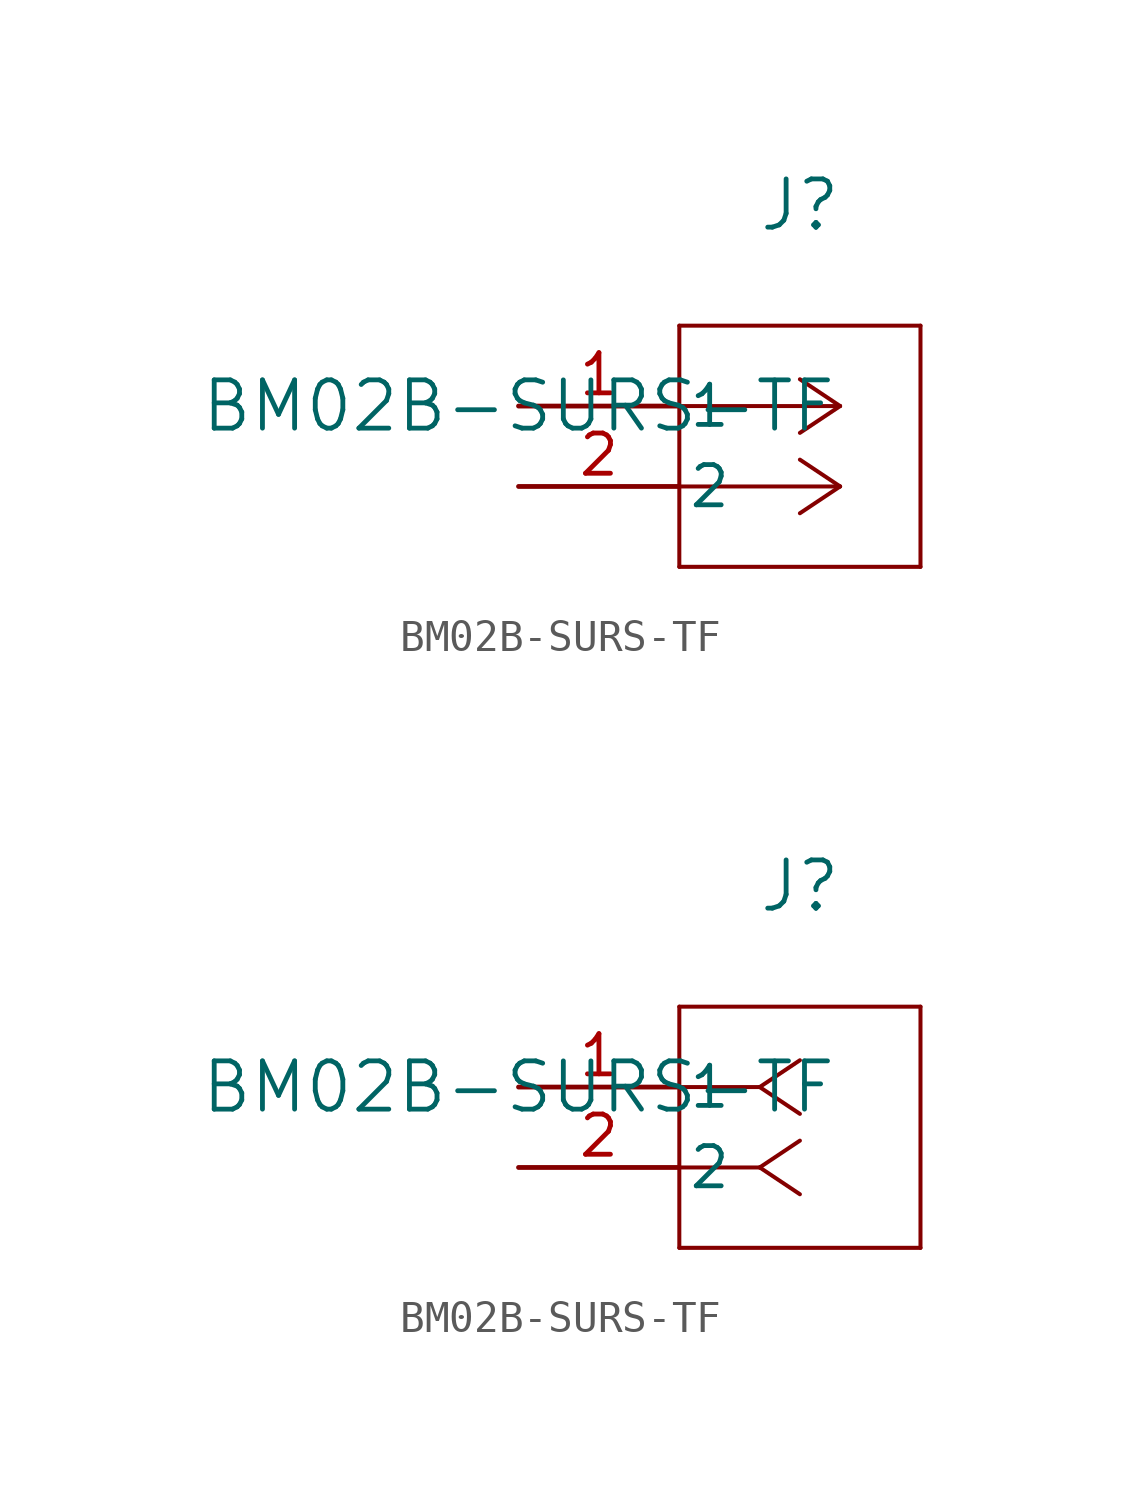
<source format=kicad_sym>
(kicad_symbol_lib
  (version 20241209)
  (generator "kicad_symbol_editor")
  (generator_version "9.0")
  (symbol "BM02B-SURS-TF"
    (pin_names
      (offset 0.254))
    (property "Reference" "J"
      (at 8.89 6.35 0)
      (effects (font (size 1.524 1.524))))
    (property "Value" "BM02B-SURS-TF"
      (at 0 0 0)
      (effects (font (size 1.524 1.524))))
    (symbol "BM02B-SURS-TF_1_1"
      (polyline (pts (xy 5.08 2.54) (xy 5.08 -5.08)) (stroke (width 0.127) (type default)) (fill (type none)))
      (polyline (pts (xy 5.08 -5.08) (xy 12.7 -5.08)) (stroke (width 0.127) (type default)) (fill (type none)))
      (polyline (pts (xy 10.16 0) (xy 5.08 0)) (stroke (width 0.127) (type default)) (fill (type none)))
      (polyline (pts (xy 10.16 0) (xy 8.89 0.847)) (stroke (width 0.127) (type default)) (fill (type none)))
      (polyline (pts (xy 10.16 0) (xy 8.89 -0.847)) (stroke (width 0.127) (type default)) (fill (type none)))
      (polyline (pts (xy 10.16 -2.54) (xy 5.08 -2.54)) (stroke (width 0.127) (type default)) (fill (type none)))
      (polyline (pts (xy 10.16 -2.54) (xy 8.89 -1.693)) (stroke (width 0.127) (type default)) (fill (type none)))
      (polyline (pts (xy 10.16 -2.54) (xy 8.89 -3.387)) (stroke (width 0.127) (type default)) (fill (type none)))
      (polyline (pts (xy 12.7 2.54) (xy 5.08 2.54)) (stroke (width 0.127) (type default)) (fill (type none)))
      (polyline (pts (xy 12.7 -5.08) (xy 12.7 2.54)) (stroke (width 0.127) (type default)) (fill (type none)))
      (pin unspecified line (at 0 0 0) (length 5.08) (name "1" (effects (font (size 1.27 1.27)))) (number "1" (effects (font (size 1.27 1.27)))))
      (pin unspecified line (at 0 -2.54 0) (length 5.08) (name "2" (effects (font (size 1.27 1.27)))) (number "2" (effects (font (size 1.27 1.27))))))
    (symbol "BM02B-SURS-TF_1_2"
      (polyline (pts (xy 5.08 2.54) (xy 5.08 -5.08)) (stroke (width 0.127) (type default)) (fill (type none)))
      (polyline (pts (xy 5.08 -5.08) (xy 12.7 -5.08)) (stroke (width 0.127) (type default)) (fill (type none)))
      (polyline (pts (xy 7.62 0) (xy 5.08 0)) (stroke (width 0.127) (type default)) (fill (type none)))
      (polyline (pts (xy 7.62 0) (xy 8.89 0.847)) (stroke (width 0.127) (type default)) (fill (type none)))
      (polyline (pts (xy 7.62 0) (xy 8.89 -0.847)) (stroke (width 0.127) (type default)) (fill (type none)))
      (polyline (pts (xy 7.62 -2.54) (xy 5.08 -2.54)) (stroke (width 0.127) (type default)) (fill (type none)))
      (polyline (pts (xy 7.62 -2.54) (xy 8.89 -1.693)) (stroke (width 0.127) (type default)) (fill (type none)))
      (polyline (pts (xy 7.62 -2.54) (xy 8.89 -3.387)) (stroke (width 0.127) (type default)) (fill (type none)))
      (polyline (pts (xy 12.7 2.54) (xy 5.08 2.54)) (stroke (width 0.127) (type default)) (fill (type none)))
      (polyline (pts (xy 12.7 -5.08) (xy 12.7 2.54)) (stroke (width 0.127) (type default)) (fill (type none)))
      (pin unspecified line (at 0 0 0) (length 5.08) (name "1" (effects (font (size 1.27 1.27)))) (number "1" (effects (font (size 1.27 1.27)))))
      (pin unspecified line (at 0 -2.54 0) (length 5.08) (name "2" (effects (font (size 1.27 1.27)))) (number "2" (effects (font (size 1.27 1.27))))))))
</source>
